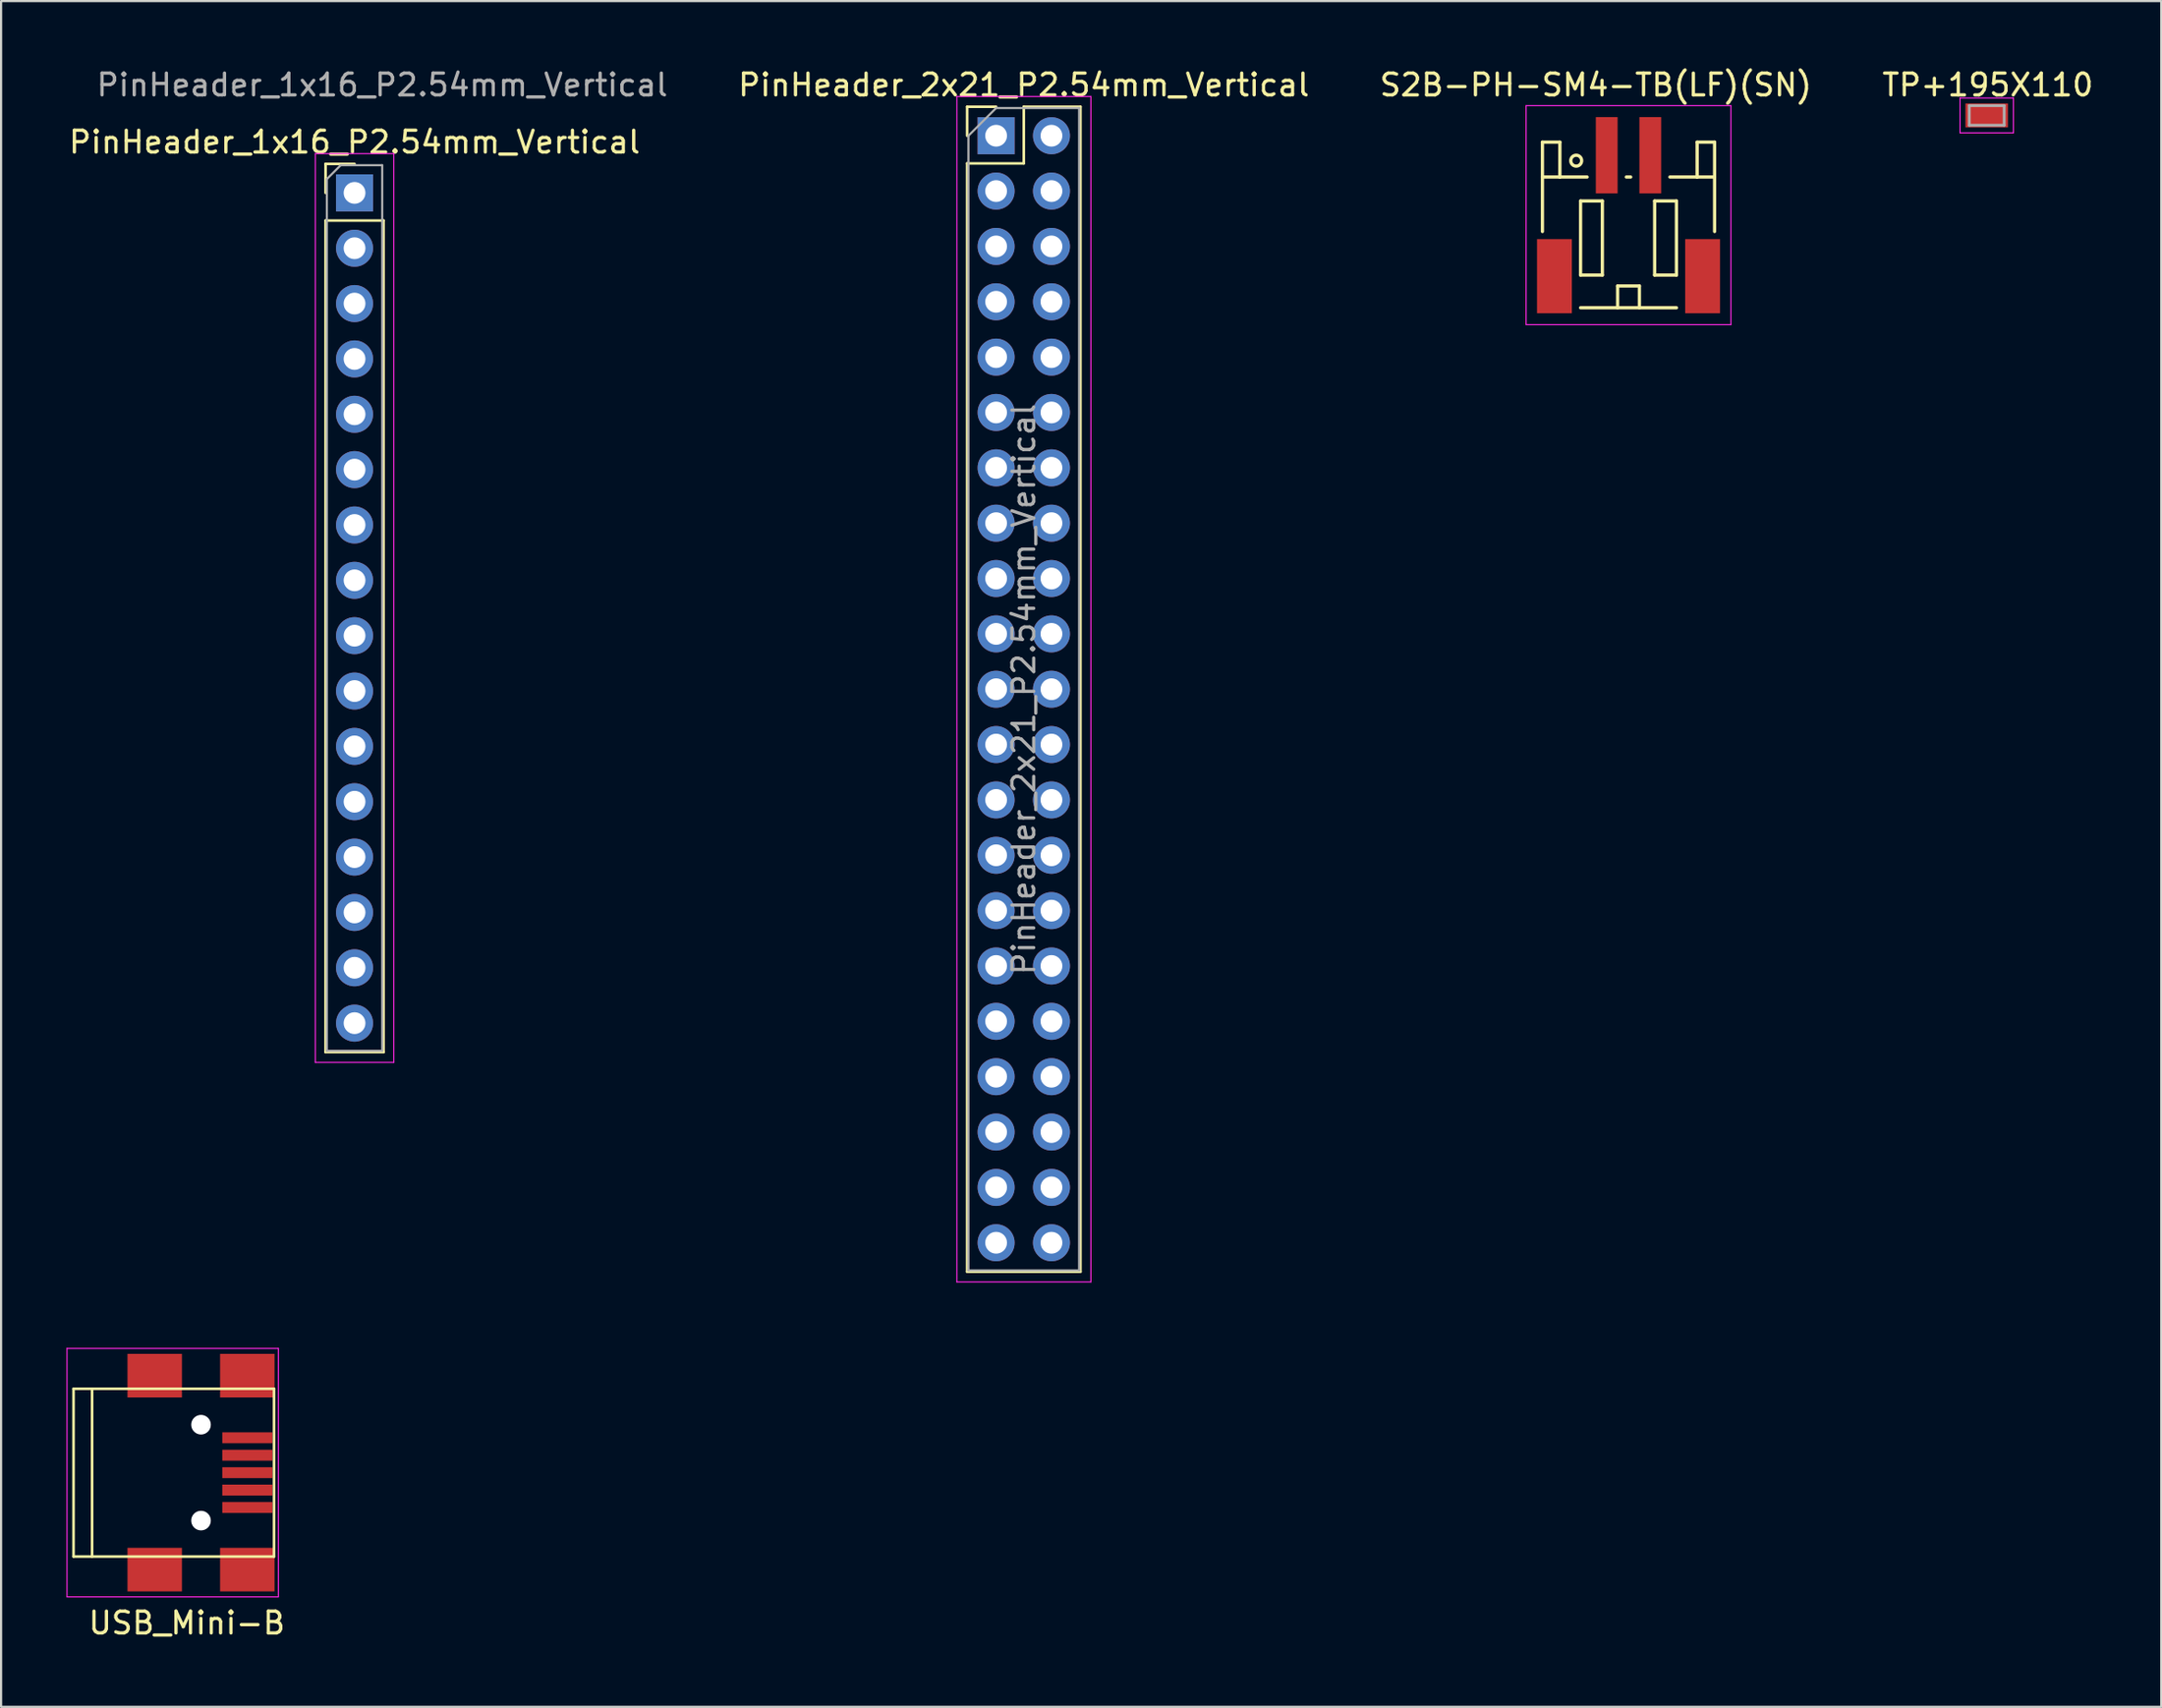
<source format=kicad_pcb>
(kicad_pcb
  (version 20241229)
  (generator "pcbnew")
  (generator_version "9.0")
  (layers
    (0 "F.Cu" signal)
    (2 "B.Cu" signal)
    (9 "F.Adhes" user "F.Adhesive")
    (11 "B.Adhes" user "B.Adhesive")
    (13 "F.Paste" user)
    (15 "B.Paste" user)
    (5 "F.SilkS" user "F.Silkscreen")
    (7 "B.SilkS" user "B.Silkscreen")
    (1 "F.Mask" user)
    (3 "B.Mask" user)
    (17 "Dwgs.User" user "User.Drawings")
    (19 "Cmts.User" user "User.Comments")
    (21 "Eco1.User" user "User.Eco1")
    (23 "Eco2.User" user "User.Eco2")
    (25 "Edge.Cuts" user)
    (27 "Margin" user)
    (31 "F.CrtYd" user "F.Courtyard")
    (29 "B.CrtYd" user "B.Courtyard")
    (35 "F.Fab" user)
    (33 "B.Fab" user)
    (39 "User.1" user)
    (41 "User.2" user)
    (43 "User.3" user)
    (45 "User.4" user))
  (footprint "PinHeader_2x21_P2.54mm_Vertical"
    (layer "F.Cu")
    (at 43.931 28.578)
    (property "Reference" "PinHeader_2x21_P2.54mm_Vertical" (at 0 -27.73 0) (layer "F.SilkS") (effects (font (size 1 1) (thickness 0.15))))
    (attr through_hole)
    (fp_line (start -2.6 -26.73) (end -1.27 -26.73) (stroke (width 0.12) (type solid)) (layer "F.SilkS"))
    (fp_line (start -2.6 -25.4) (end -2.6 -26.73) (stroke (width 0.12) (type solid)) (layer "F.SilkS"))
    (fp_line (start -2.6 -24.13) (end -2.6 26.73) (stroke (width 0.12) (type solid)) (layer "F.SilkS"))
    (fp_line (start -2.6 -24.13) (end 0 -24.13) (stroke (width 0.12) (type solid)) (layer "F.SilkS"))
    (fp_line (start -2.6 26.73) (end 2.6 26.73) (stroke (width 0.12) (type solid)) (layer "F.SilkS"))
    (fp_line (start 0 -26.73) (end 2.6 -26.73) (stroke (width 0.12) (type solid)) (layer "F.SilkS"))
    (fp_line (start 0 -24.13) (end 0 -26.73) (stroke (width 0.12) (type solid)) (layer "F.SilkS"))
    (fp_line (start 2.6 -26.73) (end 2.6 26.73) (stroke (width 0.12) (type solid)) (layer "F.SilkS"))
    (fp_line (start -3.07 -27.2) (end -3.07 27.2) (stroke (width 0.05) (type solid)) (layer "F.CrtYd"))
    (fp_line (start -3.07 27.2) (end 3.08 27.2) (stroke (width 0.05) (type solid)) (layer "F.CrtYd"))
    (fp_line (start 3.08 -27.2) (end -3.07 -27.2) (stroke (width 0.05) (type solid)) (layer "F.CrtYd"))
    (fp_line (start 3.08 27.2) (end 3.08 -27.2) (stroke (width 0.05) (type solid)) (layer "F.CrtYd"))
    (fp_line (start -2.54 -25.4) (end -1.27 -26.67) (stroke (width 0.1) (type solid)) (layer "F.Fab"))
    (fp_line (start -2.54 26.67) (end -2.54 -25.4) (stroke (width 0.1) (type solid)) (layer "F.Fab"))
    (fp_line (start -1.27 -26.67) (end 2.54 -26.67) (stroke (width 0.1) (type solid)) (layer "F.Fab"))
    (fp_line (start 2.54 -26.67) (end 2.54 26.67) (stroke (width 0.1) (type solid)) (layer "F.Fab"))
    (fp_line (start 2.54 26.67) (end -2.54 26.67) (stroke (width 0.1) (type solid)) (layer "F.Fab"))
    (fp_text user "${REFERENCE}" (at 0 0 90) (layer "F.Fab") (effects (font (size 1 1) (thickness 0.15))))
    (pad "1" thru_hole rect (at -1.27 -25.4) (size 1.7 1.7) (drill 1) (layers "*.Cu" "*.Mask"))
    (pad "2" thru_hole oval (at 1.27 -25.4) (size 1.7 1.7) (drill 1) (layers "*.Cu" "*.Mask"))
    (pad "3" thru_hole oval (at -1.27 -22.86) (size 1.7 1.7) (drill 1) (layers "*.Cu" "*.Mask"))
    (pad "4" thru_hole oval (at 1.27 -22.86) (size 1.7 1.7) (drill 1) (layers "*.Cu" "*.Mask"))
    (pad "5" thru_hole oval (at -1.27 -20.32) (size 1.7 1.7) (drill 1) (layers "*.Cu" "*.Mask"))
    (pad "6" thru_hole oval (at 1.27 -20.32) (size 1.7 1.7) (drill 1) (layers "*.Cu" "*.Mask"))
    (pad "7" thru_hole oval (at -1.27 -17.78) (size 1.7 1.7) (drill 1) (layers "*.Cu" "*.Mask"))
    (pad "8" thru_hole oval (at 1.27 -17.78) (size 1.7 1.7) (drill 1) (layers "*.Cu" "*.Mask"))
    (pad "9" thru_hole oval (at -1.27 -15.24) (size 1.7 1.7) (drill 1) (layers "*.Cu" "*.Mask"))
    (pad "10" thru_hole oval (at 1.27 -15.24) (size 1.7 1.7) (drill 1) (layers "*.Cu" "*.Mask"))
    (pad "11" thru_hole oval (at -1.27 -12.7) (size 1.7 1.7) (drill 1) (layers "*.Cu" "*.Mask"))
    (pad "12" thru_hole oval (at 1.27 -12.7) (size 1.7 1.7) (drill 1) (layers "*.Cu" "*.Mask"))
    (pad "13" thru_hole oval (at -1.27 -10.16) (size 1.7 1.7) (drill 1) (layers "*.Cu" "*.Mask"))
    (pad "14" thru_hole oval (at 1.27 -10.16) (size 1.7 1.7) (drill 1) (layers "*.Cu" "*.Mask"))
    (pad "15" thru_hole oval (at -1.27 -7.62) (size 1.7 1.7) (drill 1) (layers "*.Cu" "*.Mask"))
    (pad "16" thru_hole oval (at 1.27 -7.62) (size 1.7 1.7) (drill 1) (layers "*.Cu" "*.Mask"))
    (pad "17" thru_hole oval (at -1.27 -5.08) (size 1.7 1.7) (drill 1) (layers "*.Cu" "*.Mask"))
    (pad "18" thru_hole oval (at 1.27 -5.08) (size 1.7 1.7) (drill 1) (layers "*.Cu" "*.Mask"))
    (pad "19" thru_hole oval (at -1.27 -2.54) (size 1.7 1.7) (drill 1) (layers "*.Cu" "*.Mask"))
    (pad "20" thru_hole oval (at 1.27 -2.54) (size 1.7 1.7) (drill 1) (layers "*.Cu" "*.Mask"))
    (pad "21" thru_hole oval (at -1.27 0) (size 1.7 1.7) (drill 1) (layers "*.Cu" "*.Mask"))
    (pad "22" thru_hole oval (at 1.27 0) (size 1.7 1.7) (drill 1) (layers "*.Cu" "*.Mask"))
    (pad "23" thru_hole oval (at -1.27 2.54) (size 1.7 1.7) (drill 1) (layers "*.Cu" "*.Mask"))
    (pad "24" thru_hole oval (at 1.27 2.54) (size 1.7 1.7) (drill 1) (layers "*.Cu" "*.Mask"))
    (pad "25" thru_hole oval (at -1.27 5.08) (size 1.7 1.7) (drill 1) (layers "*.Cu" "*.Mask"))
    (pad "26" thru_hole oval (at 1.27 5.08) (size 1.7 1.7) (drill 1) (layers "*.Cu" "*.Mask"))
    (pad "27" thru_hole oval (at -1.27 7.62) (size 1.7 1.7) (drill 1) (layers "*.Cu" "*.Mask"))
    (pad "28" thru_hole oval (at 1.27 7.62) (size 1.7 1.7) (drill 1) (layers "*.Cu" "*.Mask"))
    (pad "29" thru_hole oval (at -1.27 10.16) (size 1.7 1.7) (drill 1) (layers "*.Cu" "*.Mask"))
    (pad "30" thru_hole oval (at 1.27 10.16) (size 1.7 1.7) (drill 1) (layers "*.Cu" "*.Mask"))
    (pad "31" thru_hole oval (at -1.27 12.7) (size 1.7 1.7) (drill 1) (layers "*.Cu" "*.Mask"))
    (pad "32" thru_hole oval (at 1.27 12.7) (size 1.7 1.7) (drill 1) (layers "*.Cu" "*.Mask"))
    (pad "33" thru_hole oval (at -1.27 15.24) (size 1.7 1.7) (drill 1) (layers "*.Cu" "*.Mask"))
    (pad "34" thru_hole oval (at 1.27 15.24) (size 1.7 1.7) (drill 1) (layers "*.Cu" "*.Mask"))
    (pad "35" thru_hole oval (at -1.27 17.78) (size 1.7 1.7) (drill 1) (layers "*.Cu" "*.Mask"))
    (pad "36" thru_hole oval (at 1.27 17.78) (size 1.7 1.7) (drill 1) (layers "*.Cu" "*.Mask"))
    (pad "37" thru_hole oval (at -1.27 20.32) (size 1.7 1.7) (drill 1) (layers "*.Cu" "*.Mask"))
    (pad "38" thru_hole oval (at 1.27 20.32) (size 1.7 1.7) (drill 1) (layers "*.Cu" "*.Mask"))
    (pad "39" thru_hole oval (at -1.27 22.86) (size 1.7 1.7) (drill 1) (layers "*.Cu" "*.Mask"))
    (pad "40" thru_hole oval (at 1.27 22.86) (size 1.7 1.7) (drill 1) (layers "*.Cu" "*.Mask"))
    (pad "41" thru_hole oval (at -1.27 25.4) (size 1.7 1.7) (drill 1) (layers "*.Cu" "*.Mask"))
    (pad "42" thru_hole oval (at 1.27 25.4) (size 1.7 1.7) (drill 1) (layers "*.Cu" "*.Mask")))
  (footprint "USB_Mini-B"
    (layer "F.Cu")
    (at 6.175 64.528)
    (property "Reference" "USB_Mini-B" (at -0.65 6.9 0) (layer "F.SilkS") (effects (font (size 1 1) (thickness 0.15))))
    (attr smd)
    (fp_line (start -5.85 -3.85) (end -5.85 3.85) (stroke (width 0.12) (type solid)) (layer "F.SilkS"))
    (fp_line (start -5.85 3.85) (end 3.35 3.85) (stroke (width 0.12) (type solid)) (layer "F.SilkS"))
    (fp_line (start -5 -3.85) (end -5 3.85) (stroke (width 0.12) (type solid)) (layer "F.SilkS"))
    (fp_line (start 3.35 -3.85) (end -5.85 -3.85) (stroke (width 0.12) (type solid)) (layer "F.SilkS"))
    (fp_line (start 3.35 3.85) (end 3.35 -3.85) (stroke (width 0.12) (type solid)) (layer "F.SilkS"))
    (fp_line (start -6.15 -5.7) (end 3.55 -5.7) (stroke (width 0.05) (type solid)) (layer "F.CrtYd"))
    (fp_line (start -6.15 5.7) (end -6.15 -5.7) (stroke (width 0.05) (type solid)) (layer "F.CrtYd"))
    (fp_line (start 3.55 -5.7) (end 3.55 5.7) (stroke (width 0.05) (type solid)) (layer "F.CrtYd"))
    (fp_line (start 3.55 5.7) (end -6.15 5.7) (stroke (width 0.05) (type solid)) (layer "F.CrtYd"))
    (pad "" np_thru_hole circle (at 0 -2.2) (size 0.9 0.9) (drill 0.9) (layers "*.Cu" "*.Mask"))
    (pad "" np_thru_hole circle (at 0 2.2) (size 0.9 0.9) (drill 0.9) (layers "*.Cu" "*.Mask"))
    (pad "1" smd rect (at 2.125 -1.6) (size 2.3 0.5) (layers "F.Cu" "F.Mask" "F.Paste"))
    (pad "2" smd rect (at 2.125 -0.8) (size 2.3 0.5) (layers "F.Cu" "F.Mask" "F.Paste"))
    (pad "3" smd rect (at 2.125 0) (size 2.3 0.5) (layers "F.Cu" "F.Mask" "F.Paste"))
    (pad "4" smd rect (at 2.125 0.8) (size 2.3 0.5) (layers "F.Cu" "F.Mask" "F.Paste"))
    (pad "5" smd rect (at 2.125 1.6) (size 2.3 0.5) (layers "F.Cu" "F.Mask" "F.Paste"))
    (pad "6" smd rect (at -2.125 -4.45) (size 2.5 2) (layers "F.Cu" "F.Mask" "F.Paste"))
    (pad "6" smd rect (at -2.125 4.45) (size 2.5 2) (layers "F.Cu" "F.Mask" "F.Paste"))
    (pad "6" smd rect (at 2.125 -4.45) (size 2.5 2) (layers "F.Cu" "F.Mask" "F.Paste"))
    (pad "6" smd rect (at 2.125 4.45) (size 2.5 2) (layers "F.Cu" "F.Mask" "F.Paste")))
  (footprint "TP+195X110"
    (layer "F.Cu")
    (at 88.119 2.248)
    (property "Reference" "TP+195X110" (at 0.05 -1.4 0) (layer "F.SilkS") (effects (font (size 1 1) (thickness 0.15))))
    (attr through_hole)
    (fp_line (start -1.225 -0.8) (end 1.225 -0.8) (stroke (width 0.05) (type solid)) (layer "F.CrtYd"))
    (fp_line (start -1.225 0.8) (end -1.225 -0.8) (stroke (width 0.05) (type solid)) (layer "F.CrtYd"))
    (fp_line (start 1.225 -0.8) (end 1.225 0.8) (stroke (width 0.05) (type solid)) (layer "F.CrtYd"))
    (fp_line (start 1.225 0.8) (end -1.225 0.8) (stroke (width 0.05) (type solid)) (layer "F.CrtYd"))
    (fp_line (start -0.8 -0.45) (end 0.8 -0.45) (stroke (width 0.127) (type solid)) (layer "F.Fab"))
    (fp_line (start -0.8 0.45) (end -0.8 -0.45) (stroke (width 0.127) (type solid)) (layer "F.Fab"))
    (fp_line (start 0.8 -0.45) (end 0.8 0.45) (stroke (width 0.127) (type solid)) (layer "F.Fab"))
    (fp_line (start 0.8 0.45) (end -0.8 0.45) (stroke (width 0.127) (type solid)) (layer "F.Fab"))
    (pad "1" smd rect (at 0 0) (size 1.95 1.1) (layers "F.Cu" "F.Mask" "F.Paste")))
  (footprint "S2B-PH-SM4-TB(LF)(SN)"
    (layer "F.Cu")
    (at 71.681 6.848)
    (property "Reference" "S2B-PH-SM4-TB(LF)(SN)" (at -1.5 -6 0) (layer "F.SilkS") (effects (font (size 1 1) (thickness 0.15))))
    (attr smd)
    (fp_line (start -3.95 -3.375) (end -3.95 0.725) (stroke (width 0.15) (type solid)) (layer "F.SilkS"))
    (fp_line (start -3.15 -3.375) (end -3.95 -3.375) (stroke (width 0.15) (type solid)) (layer "F.SilkS"))
    (fp_line (start -3.15 -1.775) (end -3.95 -1.775) (stroke (width 0.15) (type solid)) (layer "F.SilkS"))
    (fp_line (start -3.15 -1.775) (end -3.15 -3.375) (stroke (width 0.15) (type solid)) (layer "F.SilkS"))
    (fp_line (start -2.2 -0.675) (end -2.2 2.725) (stroke (width 0.15) (type solid)) (layer "F.SilkS"))
    (fp_line (start -2.2 2.725) (end -1.2 2.725) (stroke (width 0.15) (type solid)) (layer "F.SilkS"))
    (fp_line (start -2.2 4.225) (end 2.2 4.225) (stroke (width 0.15) (type solid)) (layer "F.SilkS"))
    (fp_line (start -1.9 -1.775) (end -3.15 -1.775) (stroke (width 0.15) (type solid)) (layer "F.SilkS"))
    (fp_line (start -1.2 -0.675) (end -2.2 -0.675) (stroke (width 0.15) (type solid)) (layer "F.SilkS"))
    (fp_line (start -1.2 2.725) (end -1.2 -0.675) (stroke (width 0.15) (type solid)) (layer "F.SilkS"))
    (fp_line (start -0.5 3.225) (end 0.5 3.225) (stroke (width 0.15) (type solid)) (layer "F.SilkS"))
    (fp_line (start -0.5 4.225) (end -0.5 3.225) (stroke (width 0.15) (type solid)) (layer "F.SilkS"))
    (fp_line (start -0.1 -1.775) (end 0.1 -1.775) (stroke (width 0.15) (type solid)) (layer "F.SilkS"))
    (fp_line (start 0.5 3.225) (end 0.5 4.225) (stroke (width 0.15) (type solid)) (layer "F.SilkS"))
    (fp_line (start 1.2 -0.675) (end 2.2 -0.675) (stroke (width 0.15) (type solid)) (layer "F.SilkS"))
    (fp_line (start 1.2 2.725) (end 1.2 -0.675) (stroke (width 0.15) (type solid)) (layer "F.SilkS"))
    (fp_line (start 1.9 -1.775) (end 3.15 -1.775) (stroke (width 0.15) (type solid)) (layer "F.SilkS"))
    (fp_line (start 2.2 -0.675) (end 2.2 2.725) (stroke (width 0.15) (type solid)) (layer "F.SilkS"))
    (fp_line (start 2.2 2.725) (end 1.2 2.725) (stroke (width 0.15) (type solid)) (layer "F.SilkS"))
    (fp_line (start 3.15 -3.375) (end 3.95 -3.375) (stroke (width 0.15) (type solid)) (layer "F.SilkS"))
    (fp_line (start 3.15 -1.775) (end 3.15 -3.375) (stroke (width 0.15) (type solid)) (layer "F.SilkS"))
    (fp_line (start 3.15 -1.775) (end 3.95 -1.775) (stroke (width 0.15) (type solid)) (layer "F.SilkS"))
    (fp_line (start 3.95 -3.375) (end 3.95 0.725) (stroke (width 0.15) (type solid)) (layer "F.SilkS"))
    (fp_circle (center -2.4 -2.525) (end -2.15 -2.525) (stroke (width 0.15) (type solid)) (fill no) (layer "F.SilkS"))
    (fp_line (start -4.7 -5.05) (end 4.7 -5.05) (stroke (width 0.05) (type solid)) (layer "F.CrtYd"))
    (fp_line (start -4.7 5) (end -4.7 -5.05) (stroke (width 0.05) (type solid)) (layer "F.CrtYd"))
    (fp_line (start 4.7 -5.05) (end 4.7 5) (stroke (width 0.05) (type solid)) (layer "F.CrtYd"))
    (fp_line (start 4.7 5) (end -4.7 5) (stroke (width 0.05) (type solid)) (layer "F.CrtYd"))
    (pad "" smd rect (at -3.4 2.775) (size 1.6 3.4) (layers "F.Cu" "F.Mask" "F.Paste"))
    (pad "" smd rect (at 3.4 2.775) (size 1.6 3.4) (layers "F.Cu" "F.Mask" "F.Paste"))
    (pad "1" smd rect (at -1 -2.775) (size 1 3.5) (layers "F.Cu" "F.Mask" "F.Paste"))
    (pad "2" smd rect (at 1 -2.775) (size 1 3.5) (layers "F.Cu" "F.Mask" "F.Paste")))
  (footprint "PinHeader_1x16_P2.54mm_Vertical"
    (layer "F.Cu")
    (at 13.22 24.851)
    (property "Reference" "PinHeader_1x16_P2.54mm_Vertical" (at 0 -21.38 180) (layer "F.SilkS") (effects (font (size 1 1) (thickness 0.15))))
    (attr through_hole)
    (fp_line (start -1.33 -20.38) (end 0 -20.38) (stroke (width 0.12) (type solid)) (layer "F.SilkS"))
    (fp_line (start -1.33 -19.05) (end -1.33 -20.38) (stroke (width 0.12) (type solid)) (layer "F.SilkS"))
    (fp_line (start -1.33 -17.78) (end -1.33 20.38) (stroke (width 0.12) (type solid)) (layer "F.SilkS"))
    (fp_line (start -1.33 -17.78) (end 1.33 -17.78) (stroke (width 0.12) (type solid)) (layer "F.SilkS"))
    (fp_line (start -1.33 20.38) (end 1.33 20.38) (stroke (width 0.12) (type solid)) (layer "F.SilkS"))
    (fp_line (start 1.33 -17.78) (end 1.33 20.38) (stroke (width 0.12) (type solid)) (layer "F.SilkS"))
    (fp_line (start -1.8 -20.85) (end -1.8 20.85) (stroke (width 0.05) (type solid)) (layer "F.CrtYd"))
    (fp_line (start -1.8 20.85) (end 1.8 20.85) (stroke (width 0.05) (type solid)) (layer "F.CrtYd"))
    (fp_line (start 1.8 -20.85) (end -1.8 -20.85) (stroke (width 0.05) (type solid)) (layer "F.CrtYd"))
    (fp_line (start 1.8 20.85) (end 1.8 -20.85) (stroke (width 0.05) (type solid)) (layer "F.CrtYd"))
    (fp_line (start -1.27 -19.685) (end -0.635 -20.32) (stroke (width 0.1) (type solid)) (layer "F.Fab"))
    (fp_line (start -1.27 20.32) (end -1.27 -19.685) (stroke (width 0.1) (type solid)) (layer "F.Fab"))
    (fp_line (start -0.635 -20.32) (end 1.27 -20.32) (stroke (width 0.1) (type solid)) (layer "F.Fab"))
    (fp_line (start 1.27 -20.32) (end 1.27 20.32) (stroke (width 0.1) (type solid)) (layer "F.Fab"))
    (fp_line (start 1.27 20.32) (end -1.27 20.32) (stroke (width 0.1) (type solid)) (layer "F.Fab"))
    (fp_text user "${REFERENCE}" (at 1.27 -24.003 0) (layer "F.Fab") (effects (font (size 1 1) (thickness 0.15))))
    (pad "1" thru_hole rect (at 0 -19.05) (size 1.7 1.7) (drill 1) (layers "*.Cu" "*.Mask"))
    (pad "2" thru_hole oval (at 0 -16.51) (size 1.7 1.7) (drill 1) (layers "*.Cu" "*.Mask"))
    (pad "3" thru_hole oval (at 0 -13.97) (size 1.7 1.7) (drill 1) (layers "*.Cu" "*.Mask"))
    (pad "4" thru_hole oval (at 0 -11.43) (size 1.7 1.7) (drill 1) (layers "*.Cu" "*.Mask"))
    (pad "5" thru_hole oval (at 0 -8.89) (size 1.7 1.7) (drill 1) (layers "*.Cu" "*.Mask"))
    (pad "6" thru_hole oval (at 0 -6.35) (size 1.7 1.7) (drill 1) (layers "*.Cu" "*.Mask"))
    (pad "7" thru_hole oval (at 0 -3.81) (size 1.7 1.7) (drill 1) (layers "*.Cu" "*.Mask"))
    (pad "8" thru_hole oval (at 0 -1.27) (size 1.7 1.7) (drill 1) (layers "*.Cu" "*.Mask"))
    (pad "9" thru_hole oval (at 0 1.27) (size 1.7 1.7) (drill 1) (layers "*.Cu" "*.Mask"))
    (pad "10" thru_hole oval (at 0 3.81) (size 1.7 1.7) (drill 1) (layers "*.Cu" "*.Mask"))
    (pad "11" thru_hole oval (at 0 6.35) (size 1.7 1.7) (drill 1) (layers "*.Cu" "*.Mask"))
    (pad "12" thru_hole oval (at 0 8.89) (size 1.7 1.7) (drill 1) (layers "*.Cu" "*.Mask"))
    (pad "13" thru_hole oval (at 0 11.43) (size 1.7 1.7) (drill 1) (layers "*.Cu" "*.Mask"))
    (pad "14" thru_hole oval (at 0 13.97) (size 1.7 1.7) (drill 1) (layers "*.Cu" "*.Mask"))
    (pad "15" thru_hole oval (at 0 16.51) (size 1.7 1.7) (drill 1) (layers "*.Cu" "*.Mask"))
    (pad "16" thru_hole oval (at 0 19.05) (size 1.7 1.7) (drill 1) (layers "*.Cu" "*.Mask")))
  (gr_rect
    (start -3 -3)
    (end 96.127 75.276)
    (stroke (width 0.1) (type default))
    (fill no)
    (layer "Edge.Cuts")))
</source>
